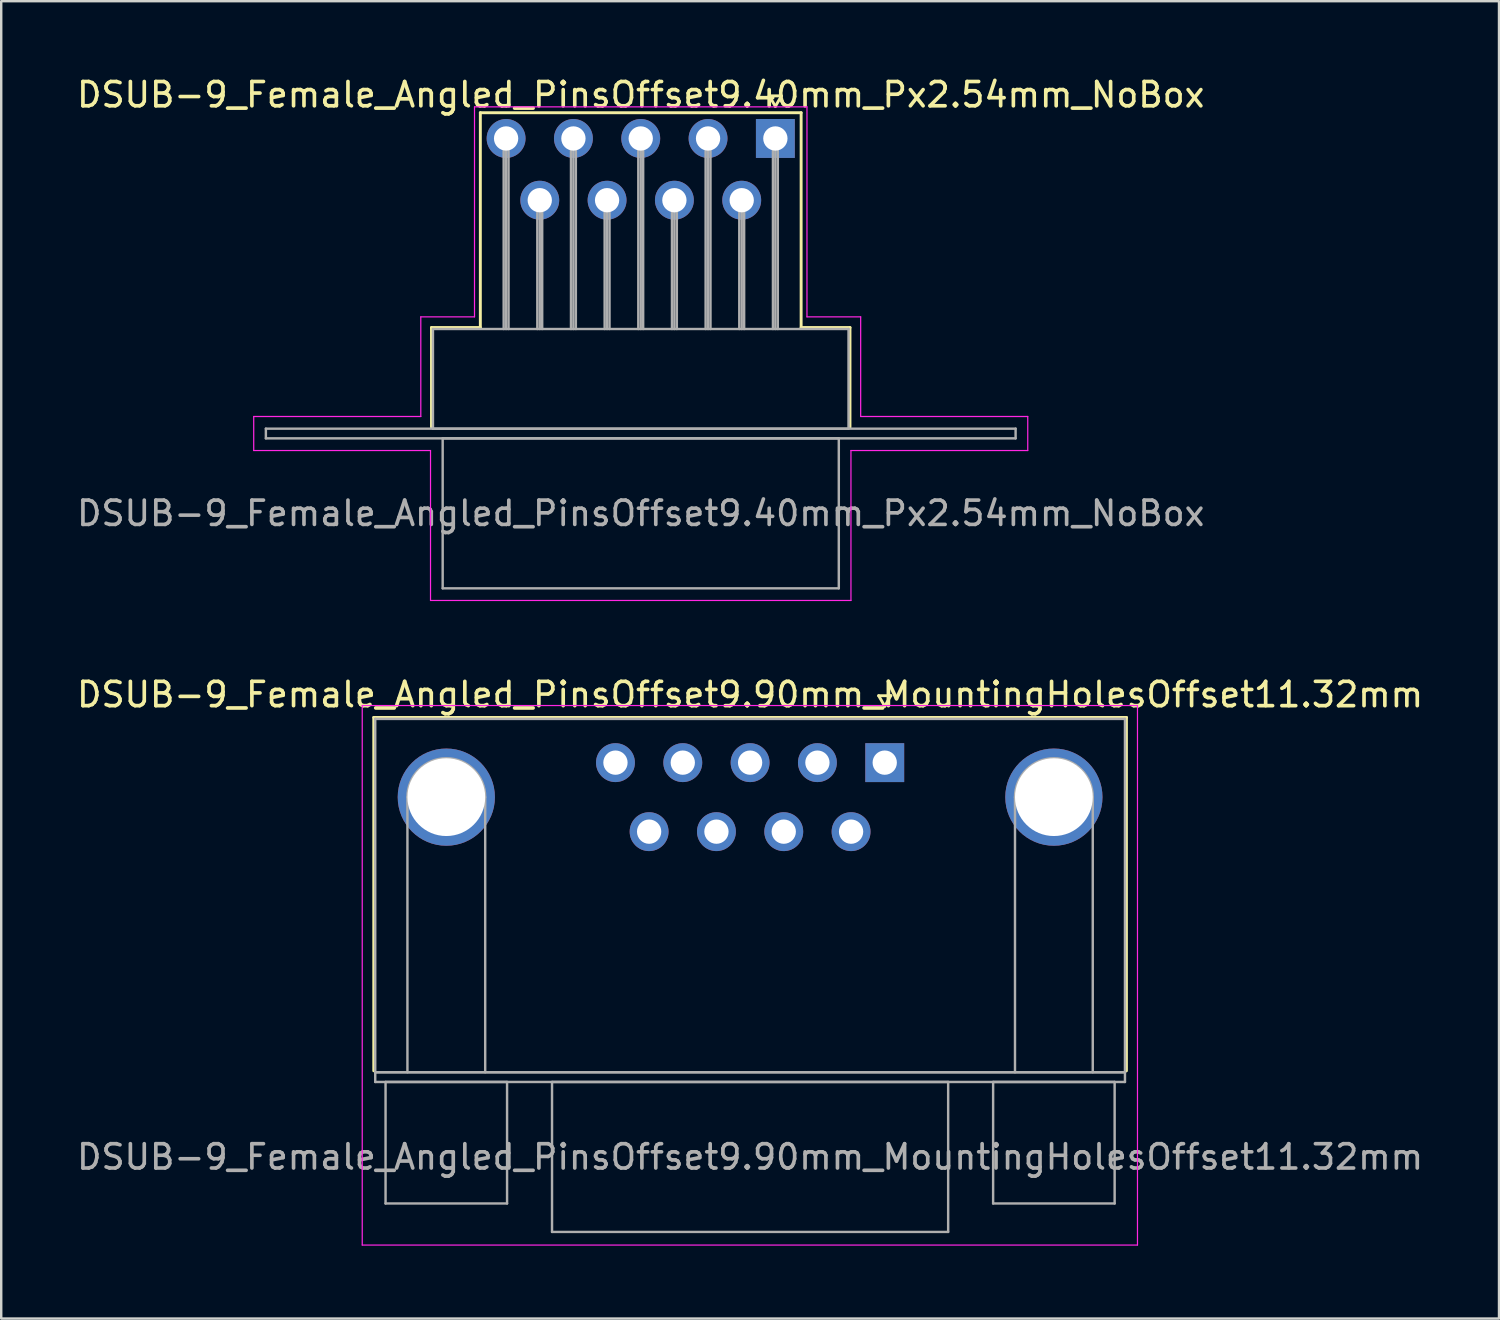
<source format=kicad_pcb>
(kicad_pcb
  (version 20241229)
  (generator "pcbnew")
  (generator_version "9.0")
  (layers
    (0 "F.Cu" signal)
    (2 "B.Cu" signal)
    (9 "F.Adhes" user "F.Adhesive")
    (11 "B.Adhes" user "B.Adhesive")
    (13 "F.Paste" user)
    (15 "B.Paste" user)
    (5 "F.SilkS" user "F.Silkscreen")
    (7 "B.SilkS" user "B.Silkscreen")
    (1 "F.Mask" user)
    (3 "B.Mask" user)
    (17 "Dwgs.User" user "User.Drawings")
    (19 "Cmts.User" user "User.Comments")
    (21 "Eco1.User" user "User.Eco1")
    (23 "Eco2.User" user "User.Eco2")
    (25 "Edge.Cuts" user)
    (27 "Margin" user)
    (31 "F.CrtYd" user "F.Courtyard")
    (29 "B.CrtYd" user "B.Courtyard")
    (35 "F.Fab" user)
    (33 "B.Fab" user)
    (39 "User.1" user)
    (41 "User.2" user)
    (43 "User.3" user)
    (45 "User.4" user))
  (footprint "DSUB-9_Female_Angled_PinsOffset9.90mm_MountingHolesOffset11.32mm"
    (layer "F.Cu")
    (at 33.355 28.331)
    (property "Reference" "DSUB-9_Female_Angled_PinsOffset9.90mm_MountingHolesOffset11.32mm" (at -5.54 -2.8 0) (layer "F.SilkS") (effects (font (size 1 1) (thickness 0.15))))
    (attr through_hole)
    (fp_line (start -21.025 -1.86) (end 9.945 -1.86) (stroke (width 0.12) (type solid)) (layer "F.SilkS"))
    (fp_line (start -21.025 12.68) (end -21.025 -1.86) (stroke (width 0.12) (type solid)) (layer "F.SilkS"))
    (fp_line (start -0.25 -2.754) (end 0.25 -2.754) (stroke (width 0.12) (type solid)) (layer "F.SilkS"))
    (fp_line (start 0 -2.321) (end -0.25 -2.754) (stroke (width 0.12) (type solid)) (layer "F.SilkS"))
    (fp_line (start 0.25 -2.754) (end 0 -2.321) (stroke (width 0.12) (type solid)) (layer "F.SilkS"))
    (fp_line (start 9.945 -1.86) (end 9.945 12.68) (stroke (width 0.12) (type solid)) (layer "F.SilkS"))
    (fp_line (start -21.5 -2.35) (end -21.5 19.85) (stroke (width 0.05) (type solid)) (layer "F.CrtYd"))
    (fp_line (start -21.5 19.85) (end 10.4 19.85) (stroke (width 0.05) (type solid)) (layer "F.CrtYd"))
    (fp_line (start 10.4 -2.35) (end -21.5 -2.35) (stroke (width 0.05) (type solid)) (layer "F.CrtYd"))
    (fp_line (start 10.4 19.85) (end 10.4 -2.35) (stroke (width 0.05) (type solid)) (layer "F.CrtYd"))
    (fp_line (start -20.965 -1.8) (end -20.965 12.74) (stroke (width 0.1) (type solid)) (layer "F.Fab"))
    (fp_line (start -20.965 12.74) (end -20.965 13.14) (stroke (width 0.1) (type solid)) (layer "F.Fab"))
    (fp_line (start -20.965 12.74) (end 9.885 12.74) (stroke (width 0.1) (type solid)) (layer "F.Fab"))
    (fp_line (start -20.965 13.14) (end 9.885 13.14) (stroke (width 0.1) (type solid)) (layer "F.Fab"))
    (fp_line (start -20.54 13.14) (end -20.54 18.14) (stroke (width 0.1) (type solid)) (layer "F.Fab"))
    (fp_line (start -20.54 18.14) (end -15.54 18.14) (stroke (width 0.1) (type solid)) (layer "F.Fab"))
    (fp_line (start -19.64 12.74) (end -19.64 1.42) (stroke (width 0.1) (type solid)) (layer "F.Fab"))
    (fp_line (start -16.44 12.74) (end -16.44 1.42) (stroke (width 0.1) (type solid)) (layer "F.Fab"))
    (fp_line (start -15.54 13.14) (end -20.54 13.14) (stroke (width 0.1) (type solid)) (layer "F.Fab"))
    (fp_line (start -15.54 18.14) (end -15.54 13.14) (stroke (width 0.1) (type solid)) (layer "F.Fab"))
    (fp_line (start -13.69 13.14) (end -13.69 19.31) (stroke (width 0.1) (type solid)) (layer "F.Fab"))
    (fp_line (start -13.69 19.31) (end 2.61 19.31) (stroke (width 0.1) (type solid)) (layer "F.Fab"))
    (fp_line (start 2.61 13.14) (end -13.69 13.14) (stroke (width 0.1) (type solid)) (layer "F.Fab"))
    (fp_line (start 2.61 19.31) (end 2.61 13.14) (stroke (width 0.1) (type solid)) (layer "F.Fab"))
    (fp_line (start 4.46 13.14) (end 4.46 18.14) (stroke (width 0.1) (type solid)) (layer "F.Fab"))
    (fp_line (start 4.46 18.14) (end 9.46 18.14) (stroke (width 0.1) (type solid)) (layer "F.Fab"))
    (fp_line (start 5.36 12.74) (end 5.36 1.42) (stroke (width 0.1) (type solid)) (layer "F.Fab"))
    (fp_line (start 8.56 12.74) (end 8.56 1.42) (stroke (width 0.1) (type solid)) (layer "F.Fab"))
    (fp_line (start 9.46 13.14) (end 4.46 13.14) (stroke (width 0.1) (type solid)) (layer "F.Fab"))
    (fp_line (start 9.46 18.14) (end 9.46 13.14) (stroke (width 0.1) (type solid)) (layer "F.Fab"))
    (fp_line (start 9.885 -1.8) (end -20.965 -1.8) (stroke (width 0.1) (type solid)) (layer "F.Fab"))
    (fp_line (start 9.885 12.74) (end -20.965 12.74) (stroke (width 0.1) (type solid)) (layer "F.Fab"))
    (fp_line (start 9.885 12.74) (end 9.885 -1.8) (stroke (width 0.1) (type solid)) (layer "F.Fab"))
    (fp_line (start 9.885 13.14) (end 9.885 12.74) (stroke (width 0.1) (type solid)) (layer "F.Fab"))
    (fp_arc (start -19.64 1.42) (mid -18.04 -0.18) (end -16.44 1.42) (stroke (width 0.1) (type solid)) (layer "F.Fab"))
    (fp_arc (start 5.36 1.42) (mid 6.96 -0.18) (end 8.56 1.42) (stroke (width 0.1) (type solid)) (layer "F.Fab"))
    (fp_text user "${REFERENCE}" (at -5.54 16.225 0) (layer "F.Fab") (effects (font (size 1 1) (thickness 0.15))))
    (pad "0" thru_hole circle (at -18.04 1.42) (size 4 4) (drill 3.2) (layers "*.Cu" "*.Mask"))
    (pad "0" thru_hole circle (at 6.96 1.42) (size 4 4) (drill 3.2) (layers "*.Cu" "*.Mask"))
    (pad "1" thru_hole rect (at 0 0) (size 1.6 1.6) (drill 1) (layers "*.Cu" "*.Mask"))
    (pad "2" thru_hole circle (at -2.77 0) (size 1.6 1.6) (drill 1) (layers "*.Cu" "*.Mask"))
    (pad "3" thru_hole circle (at -5.54 0) (size 1.6 1.6) (drill 1) (layers "*.Cu" "*.Mask"))
    (pad "4" thru_hole circle (at -8.31 0) (size 1.6 1.6) (drill 1) (layers "*.Cu" "*.Mask"))
    (pad "5" thru_hole circle (at -11.08 0) (size 1.6 1.6) (drill 1) (layers "*.Cu" "*.Mask"))
    (pad "6" thru_hole circle (at -1.385 2.84) (size 1.6 1.6) (drill 1) (layers "*.Cu" "*.Mask"))
    (pad "7" thru_hole circle (at -4.155 2.84) (size 1.6 1.6) (drill 1) (layers "*.Cu" "*.Mask"))
    (pad "8" thru_hole circle (at -6.925 2.84) (size 1.6 1.6) (drill 1) (layers "*.Cu" "*.Mask"))
    (pad "9" thru_hole circle (at -9.695 2.84) (size 1.6 1.6) (drill 1) (layers "*.Cu" "*.Mask")))
  (footprint "DSUB-9_Female_Angled_PinsOffset9.40mm_Px2.54mm_NoBox"
    (layer "F.Cu")
    (at 28.855 2.648)
    (property "Reference" "DSUB-9_Female_Angled_PinsOffset9.40mm_Px2.54mm_NoBox" (at -5.54 -1.8 0) (layer "F.SilkS") (effects (font (size 1 1) (thickness 0.15))))
    (attr through_hole)
    (fp_line (start -14.15 7.78) (end -12.14 7.78) (stroke (width 0.12) (type solid)) (layer "F.SilkS"))
    (fp_line (start -14.15 11.88) (end -14.15 7.78) (stroke (width 0.12) (type solid)) (layer "F.SilkS"))
    (fp_line (start -12.14 -1.06) (end 1.06 -1.06) (stroke (width 0.12) (type solid)) (layer "F.SilkS"))
    (fp_line (start -12.14 7.78) (end -12.14 -1.06) (stroke (width 0.12) (type solid)) (layer "F.SilkS"))
    (fp_line (start -0.25 -1.754) (end 0.25 -1.754) (stroke (width 0.12) (type solid)) (layer "F.SilkS"))
    (fp_line (start 0 -1.321) (end -0.25 -1.754) (stroke (width 0.12) (type solid)) (layer "F.SilkS"))
    (fp_line (start 0.25 -1.754) (end 0 -1.321) (stroke (width 0.12) (type solid)) (layer "F.SilkS"))
    (fp_line (start 1.06 -1.06) (end 1.06 7.78) (stroke (width 0.12) (type solid)) (layer "F.SilkS"))
    (fp_line (start 1.06 7.78) (end 3.07 7.78) (stroke (width 0.12) (type solid)) (layer "F.SilkS"))
    (fp_line (start 3.07 7.78) (end 3.07 11.88) (stroke (width 0.12) (type solid)) (layer "F.SilkS"))
    (fp_line (start -21.465 11.44) (end -14.59 11.44) (stroke (width 0.05) (type solid)) (layer "F.CrtYd"))
    (fp_line (start -21.465 12.84) (end -21.465 11.44) (stroke (width 0.05) (type solid)) (layer "F.CrtYd"))
    (fp_line (start -14.59 7.34) (end -12.38 7.34) (stroke (width 0.05) (type solid)) (layer "F.CrtYd"))
    (fp_line (start -14.59 11.44) (end -14.59 7.34) (stroke (width 0.05) (type solid)) (layer "F.CrtYd"))
    (fp_line (start -14.19 12.84) (end -21.465 12.84) (stroke (width 0.05) (type solid)) (layer "F.CrtYd"))
    (fp_line (start -14.19 19.01) (end -14.19 12.84) (stroke (width 0.05) (type solid)) (layer "F.CrtYd"))
    (fp_line (start -12.38 -1.3) (end 1.3 -1.3) (stroke (width 0.05) (type solid)) (layer "F.CrtYd"))
    (fp_line (start -12.38 7.34) (end -12.38 -1.3) (stroke (width 0.05) (type solid)) (layer "F.CrtYd"))
    (fp_line (start 1.3 -1.3) (end 1.3 7.34) (stroke (width 0.05) (type solid)) (layer "F.CrtYd"))
    (fp_line (start 1.3 7.34) (end 3.51 7.34) (stroke (width 0.05) (type solid)) (layer "F.CrtYd"))
    (fp_line (start 3.11 12.84) (end 3.11 19.01) (stroke (width 0.05) (type solid)) (layer "F.CrtYd"))
    (fp_line (start 3.11 19.01) (end -14.19 19.01) (stroke (width 0.05) (type solid)) (layer "F.CrtYd"))
    (fp_line (start 3.51 7.34) (end 3.51 11.44) (stroke (width 0.05) (type solid)) (layer "F.CrtYd"))
    (fp_line (start 3.51 11.44) (end 10.385 11.44) (stroke (width 0.05) (type solid)) (layer "F.CrtYd"))
    (fp_line (start 10.385 11.44) (end 10.385 12.84) (stroke (width 0.05) (type solid)) (layer "F.CrtYd"))
    (fp_line (start 10.385 12.84) (end 3.11 12.84) (stroke (width 0.05) (type solid)) (layer "F.CrtYd"))
    (fp_line (start -20.965 11.94) (end -20.965 12.34) (stroke (width 0.1) (type solid)) (layer "F.Fab"))
    (fp_line (start -20.965 12.34) (end 9.885 12.34) (stroke (width 0.1) (type solid)) (layer "F.Fab"))
    (fp_line (start -14.09 7.84) (end -14.09 11.94) (stroke (width 0.1) (type solid)) (layer "F.Fab"))
    (fp_line (start -14.09 11.94) (end 3.01 11.94) (stroke (width 0.1) (type solid)) (layer "F.Fab"))
    (fp_line (start -13.69 12.34) (end -13.69 18.51) (stroke (width 0.1) (type solid)) (layer "F.Fab"))
    (fp_line (start -13.69 18.51) (end 2.61 18.51) (stroke (width 0.1) (type solid)) (layer "F.Fab"))
    (fp_line (start -11.18 0) (end -11.18 7.84) (stroke (width 0.1) (type solid)) (layer "F.Fab"))
    (fp_line (start -11.08 0) (end -11.08 7.84) (stroke (width 0.1) (type solid)) (layer "F.Fab"))
    (fp_line (start -10.98 0) (end -10.98 7.84) (stroke (width 0.1) (type solid)) (layer "F.Fab"))
    (fp_line (start -9.795 2.54) (end -9.795 7.84) (stroke (width 0.1) (type solid)) (layer "F.Fab"))
    (fp_line (start -9.695 2.54) (end -9.695 7.84) (stroke (width 0.1) (type solid)) (layer "F.Fab"))
    (fp_line (start -9.595 2.54) (end -9.595 7.84) (stroke (width 0.1) (type solid)) (layer "F.Fab"))
    (fp_line (start -8.41 0) (end -8.41 7.84) (stroke (width 0.1) (type solid)) (layer "F.Fab"))
    (fp_line (start -8.31 0) (end -8.31 7.84) (stroke (width 0.1) (type solid)) (layer "F.Fab"))
    (fp_line (start -8.21 0) (end -8.21 7.84) (stroke (width 0.1) (type solid)) (layer "F.Fab"))
    (fp_line (start -7.025 2.54) (end -7.025 7.84) (stroke (width 0.1) (type solid)) (layer "F.Fab"))
    (fp_line (start -6.925 2.54) (end -6.925 7.84) (stroke (width 0.1) (type solid)) (layer "F.Fab"))
    (fp_line (start -6.825 2.54) (end -6.825 7.84) (stroke (width 0.1) (type solid)) (layer "F.Fab"))
    (fp_line (start -5.64 0) (end -5.64 7.84) (stroke (width 0.1) (type solid)) (layer "F.Fab"))
    (fp_line (start -5.54 0) (end -5.54 7.84) (stroke (width 0.1) (type solid)) (layer "F.Fab"))
    (fp_line (start -5.44 0) (end -5.44 7.84) (stroke (width 0.1) (type solid)) (layer "F.Fab"))
    (fp_line (start -4.255 2.54) (end -4.255 7.84) (stroke (width 0.1) (type solid)) (layer "F.Fab"))
    (fp_line (start -4.155 2.54) (end -4.155 7.84) (stroke (width 0.1) (type solid)) (layer "F.Fab"))
    (fp_line (start -4.055 2.54) (end -4.055 7.84) (stroke (width 0.1) (type solid)) (layer "F.Fab"))
    (fp_line (start -2.87 0) (end -2.87 7.84) (stroke (width 0.1) (type solid)) (layer "F.Fab"))
    (fp_line (start -2.77 0) (end -2.77 7.84) (stroke (width 0.1) (type solid)) (layer "F.Fab"))
    (fp_line (start -2.67 0) (end -2.67 7.84) (stroke (width 0.1) (type solid)) (layer "F.Fab"))
    (fp_line (start -1.485 2.54) (end -1.485 7.84) (stroke (width 0.1) (type solid)) (layer "F.Fab"))
    (fp_line (start -1.385 2.54) (end -1.385 7.84) (stroke (width 0.1) (type solid)) (layer "F.Fab"))
    (fp_line (start -1.285 2.54) (end -1.285 7.84) (stroke (width 0.1) (type solid)) (layer "F.Fab"))
    (fp_line (start -0.1 0) (end -0.1 7.84) (stroke (width 0.1) (type solid)) (layer "F.Fab"))
    (fp_line (start 0 0) (end 0 7.84) (stroke (width 0.1) (type solid)) (layer "F.Fab"))
    (fp_line (start 0.1 0) (end 0.1 7.84) (stroke (width 0.1) (type solid)) (layer "F.Fab"))
    (fp_line (start 2.61 12.34) (end -13.69 12.34) (stroke (width 0.1) (type solid)) (layer "F.Fab"))
    (fp_line (start 2.61 18.51) (end 2.61 12.34) (stroke (width 0.1) (type solid)) (layer "F.Fab"))
    (fp_line (start 3.01 7.84) (end -14.09 7.84) (stroke (width 0.1) (type solid)) (layer "F.Fab"))
    (fp_line (start 3.01 11.94) (end 3.01 7.84) (stroke (width 0.1) (type solid)) (layer "F.Fab"))
    (fp_line (start 9.885 11.94) (end -20.965 11.94) (stroke (width 0.1) (type solid)) (layer "F.Fab"))
    (fp_line (start 9.885 12.34) (end 9.885 11.94) (stroke (width 0.1) (type solid)) (layer "F.Fab"))
    (fp_text user "${REFERENCE}" (at -5.54 15.425 0) (layer "F.Fab") (effects (font (size 1 1) (thickness 0.15))))
    (pad "1" thru_hole rect (at 0 0) (size 1.6 1.6) (drill 1) (layers "*.Cu" "*.Mask"))
    (pad "2" thru_hole circle (at -2.77 0) (size 1.6 1.6) (drill 1) (layers "*.Cu" "*.Mask"))
    (pad "3" thru_hole circle (at -5.54 0) (size 1.6 1.6) (drill 1) (layers "*.Cu" "*.Mask"))
    (pad "4" thru_hole circle (at -8.31 0) (size 1.6 1.6) (drill 1) (layers "*.Cu" "*.Mask"))
    (pad "5" thru_hole circle (at -11.08 0) (size 1.6 1.6) (drill 1) (layers "*.Cu" "*.Mask"))
    (pad "6" thru_hole circle (at -1.385 2.54) (size 1.6 1.6) (drill 1) (layers "*.Cu" "*.Mask"))
    (pad "7" thru_hole circle (at -4.155 2.54) (size 1.6 1.6) (drill 1) (layers "*.Cu" "*.Mask"))
    (pad "8" thru_hole circle (at -6.925 2.54) (size 1.6 1.6) (drill 1) (layers "*.Cu" "*.Mask"))
    (pad "9" thru_hole circle (at -9.695 2.54) (size 1.6 1.6) (drill 1) (layers "*.Cu" "*.Mask")))
  (gr_rect
    (start -3 -3)
    (end 58.631 51.206)
    (stroke (width 0.1) (type default))
    (fill no)
    (layer "Edge.Cuts")))
</source>
